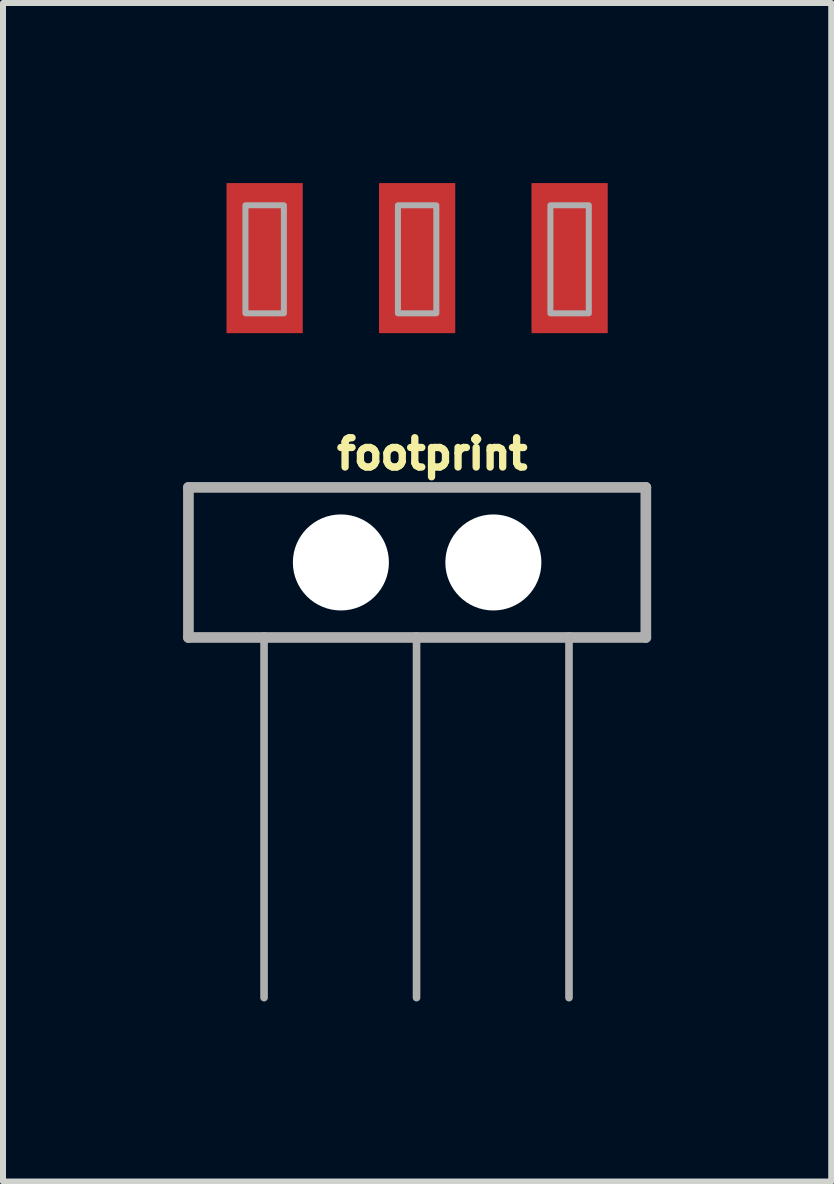
<source format=kicad_pcb>
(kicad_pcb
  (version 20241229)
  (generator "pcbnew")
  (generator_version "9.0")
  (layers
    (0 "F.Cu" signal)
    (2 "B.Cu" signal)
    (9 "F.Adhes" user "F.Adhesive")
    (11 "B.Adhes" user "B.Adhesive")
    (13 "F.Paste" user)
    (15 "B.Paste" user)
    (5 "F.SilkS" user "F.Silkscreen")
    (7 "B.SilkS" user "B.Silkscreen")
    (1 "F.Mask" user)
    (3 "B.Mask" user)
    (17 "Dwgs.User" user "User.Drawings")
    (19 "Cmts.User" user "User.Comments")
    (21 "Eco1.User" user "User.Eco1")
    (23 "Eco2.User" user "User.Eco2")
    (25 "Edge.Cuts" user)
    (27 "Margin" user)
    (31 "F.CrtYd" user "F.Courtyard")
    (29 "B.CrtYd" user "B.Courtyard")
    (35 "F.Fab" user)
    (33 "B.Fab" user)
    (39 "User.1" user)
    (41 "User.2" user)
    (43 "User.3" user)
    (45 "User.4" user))
  (footprint "footprint"
    (layer "F.Cu")
    (at 3.899 6.32)
    (property "Reference" "footprint" (at -1.397 -1.524 0) (layer "F.SilkS") (effects (font (size 0.488 0.488) (thickness 0.122)) (justify left bottom)))
    (fp_line (start -3.81 -1.25) (end -3.81 1.25) (stroke (width 0.178) (type solid)) (layer "F.Fab"))
    (fp_line (start -2.55 1.25) (end -3.81 1.25) (stroke (width 0.178) (type solid)) (layer "F.Fab"))
    (fp_line (start -2.55 1.25) (end -2.55 7.25) (stroke (width 0.127) (type solid)) (layer "F.Fab"))
    (fp_line (start -0.01 1.25) (end -2.55 1.25) (stroke (width 0.178) (type solid)) (layer "F.Fab"))
    (fp_line (start -0.01 1.25) (end -0.01 7.25) (stroke (width 0.127) (type solid)) (layer "F.Fab"))
    (fp_line (start 2.53 1.25) (end -0.01 1.25) (stroke (width 0.178) (type solid)) (layer "F.Fab"))
    (fp_line (start 2.53 1.25) (end 2.53 7.25) (stroke (width 0.127) (type solid)) (layer "F.Fab"))
    (fp_line (start 3.81 -1.25) (end -3.81 -1.25) (stroke (width 0.178) (type solid)) (layer "F.Fab"))
    (fp_line (start 3.81 1.25) (end 2.53 1.25) (stroke (width 0.178) (type solid)) (layer "F.Fab"))
    (fp_line (start 3.81 1.25) (end 3.81 -1.25) (stroke (width 0.178) (type solid)) (layer "F.Fab"))
    (fp_poly (pts (xy -2.86 -4.15) (xy -2.22 -4.15) (xy -2.22 -5.95) (xy -2.86 -5.95)) (stroke (width 0.1) (type solid)) (fill no) (layer "F.Fab"))
    (fp_poly (pts (xy -0.32 -4.15) (xy 0.32 -4.15) (xy 0.32 -5.95) (xy -0.32 -5.95)) (stroke (width 0.1) (type solid)) (fill no) (layer "F.Fab"))
    (fp_poly (pts (xy 2.22 -4.15) (xy 2.86 -4.15) (xy 2.86 -5.95) (xy 2.22 -5.95)) (stroke (width 0.1) (type solid)) (fill no) (layer "F.Fab"))
    (pad "" np_thru_hole circle (at -1.27 0) (size 1.6 1.6) (drill 1.6) (layers "*.Cu" "*.Mask"))
    (pad "" np_thru_hole circle (at 1.27 0) (size 1.6 1.6) (drill 1.6) (layers "*.Cu" "*.Mask"))
    (pad "1" smd rect (at -2.54 -5.07 90) (size 2.5 1.27) (layers "F.Cu" "F.Mask" "F.Paste"))
    (pad "2" smd rect (at 0 -5.07 90) (size 2.5 1.27) (layers "F.Cu" "F.Mask" "F.Paste"))
    (pad "3" smd rect (at 2.54 -5.07 90) (size 2.5 1.27) (layers "F.Cu" "F.Mask" "F.Paste")))
  (gr_rect
    (start -3 -3)
    (end 10.798 16.634)
    (stroke (width 0.1) (type default))
    (fill no)
    (layer "Edge.Cuts")))
</source>
